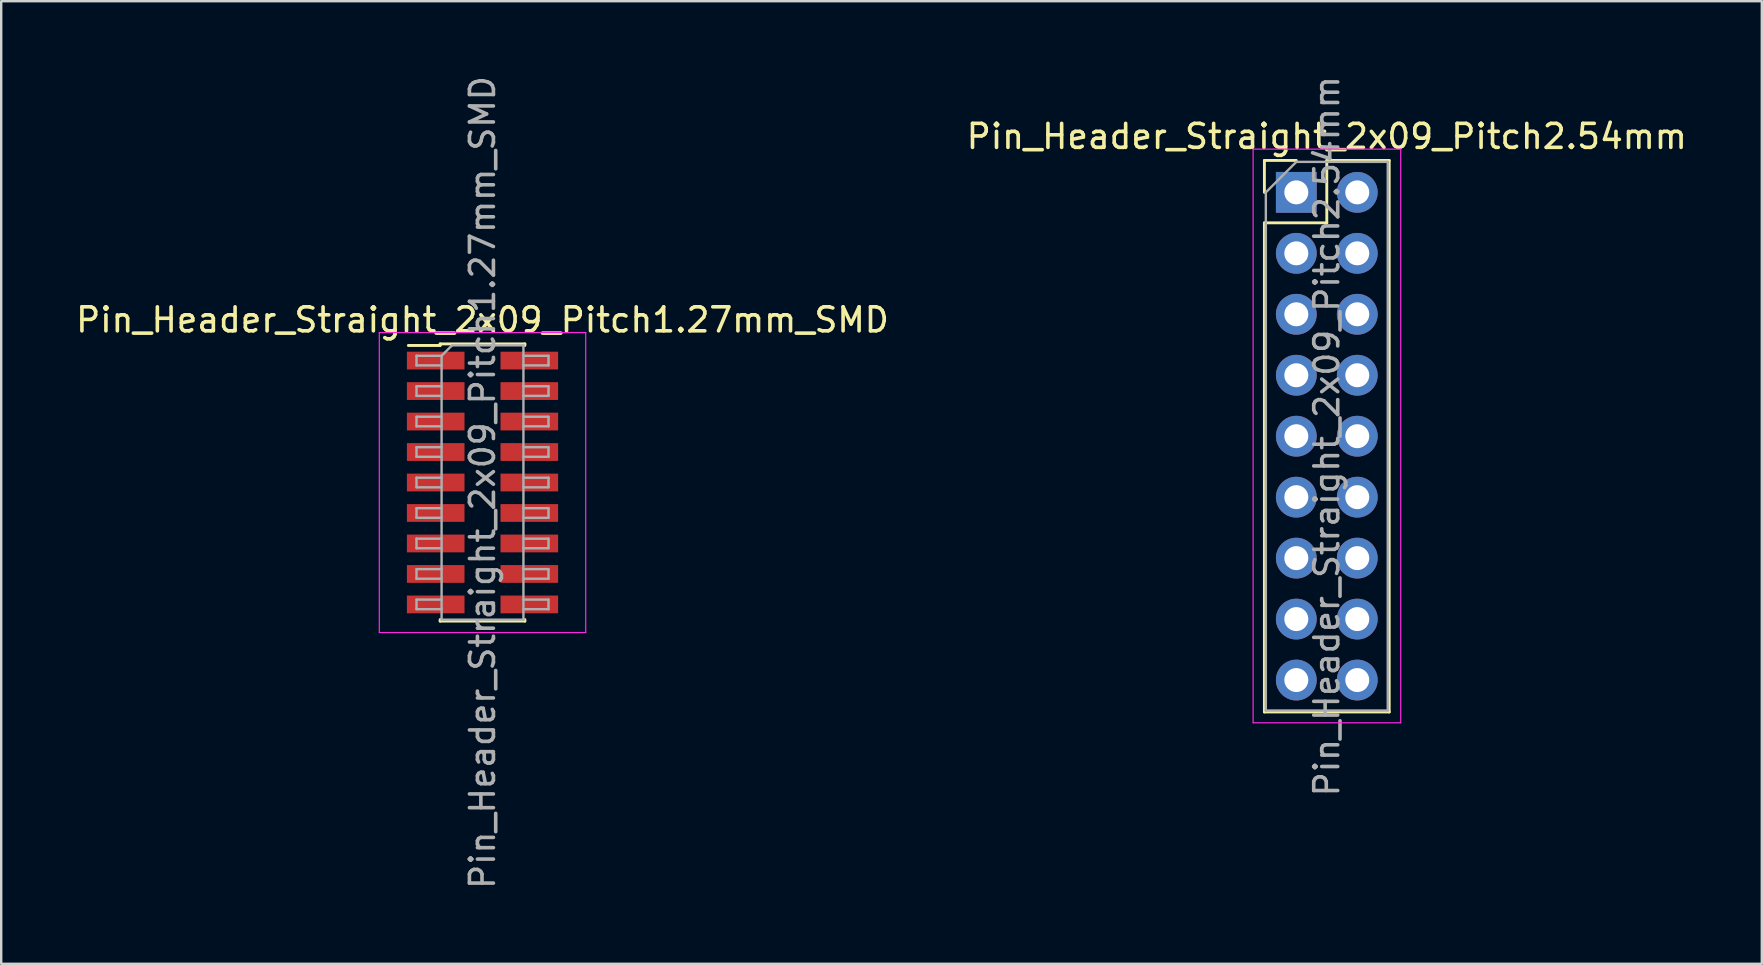
<source format=kicad_pcb>
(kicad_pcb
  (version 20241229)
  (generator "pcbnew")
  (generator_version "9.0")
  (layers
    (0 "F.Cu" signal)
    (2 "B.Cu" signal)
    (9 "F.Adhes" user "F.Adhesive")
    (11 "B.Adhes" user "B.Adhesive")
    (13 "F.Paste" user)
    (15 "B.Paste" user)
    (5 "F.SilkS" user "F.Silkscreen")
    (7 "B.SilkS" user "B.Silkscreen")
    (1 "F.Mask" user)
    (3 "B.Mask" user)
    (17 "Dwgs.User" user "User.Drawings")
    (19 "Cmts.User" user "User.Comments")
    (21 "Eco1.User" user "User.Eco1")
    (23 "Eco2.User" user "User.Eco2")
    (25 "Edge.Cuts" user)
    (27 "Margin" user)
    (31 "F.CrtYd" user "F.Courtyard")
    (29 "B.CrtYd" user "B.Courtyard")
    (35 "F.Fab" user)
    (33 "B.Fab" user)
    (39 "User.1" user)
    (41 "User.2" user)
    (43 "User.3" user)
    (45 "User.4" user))
  (footprint "Pin_Header_Straight_2x09_Pitch1.27mm_SMD"
    (layer "F.Cu")
    (at 17.054 17.054)
    (property "Reference" "Pin_Header_Straight_2x09_Pitch1.27mm_SMD" (at 0 -6.775 0) (layer "F.SilkS") (effects (font (size 1 1) (thickness 0.15))))
    (attr smd)
    (fp_line (start -3.09 -5.71) (end -1.765 -5.71) (stroke (width 0.12) (type solid)) (layer "F.SilkS"))
    (fp_line (start -1.765 -5.775) (end -1.765 -5.71) (stroke (width 0.12) (type solid)) (layer "F.SilkS"))
    (fp_line (start -1.765 -5.775) (end 1.765 -5.775) (stroke (width 0.12) (type solid)) (layer "F.SilkS"))
    (fp_line (start -1.765 5.71) (end -1.765 5.775) (stroke (width 0.12) (type solid)) (layer "F.SilkS"))
    (fp_line (start -1.765 5.775) (end 1.765 5.775) (stroke (width 0.12) (type solid)) (layer "F.SilkS"))
    (fp_line (start 1.765 -5.775) (end 1.765 -5.71) (stroke (width 0.12) (type solid)) (layer "F.SilkS"))
    (fp_line (start 1.765 5.71) (end 1.765 5.775) (stroke (width 0.12) (type solid)) (layer "F.SilkS"))
    (fp_line (start -4.3 -6.25) (end -4.3 6.25) (stroke (width 0.05) (type solid)) (layer "F.CrtYd"))
    (fp_line (start -4.3 6.25) (end 4.3 6.25) (stroke (width 0.05) (type solid)) (layer "F.CrtYd"))
    (fp_line (start 4.3 -6.25) (end -4.3 -6.25) (stroke (width 0.05) (type solid)) (layer "F.CrtYd"))
    (fp_line (start 4.3 6.25) (end 4.3 -6.25) (stroke (width 0.05) (type solid)) (layer "F.CrtYd"))
    (fp_line (start -2.75 -5.28) (end -2.75 -4.88) (stroke (width 0.1) (type solid)) (layer "F.Fab"))
    (fp_line (start -2.75 -4.88) (end -1.705 -4.88) (stroke (width 0.1) (type solid)) (layer "F.Fab"))
    (fp_line (start -2.75 -4.01) (end -2.75 -3.61) (stroke (width 0.1) (type solid)) (layer "F.Fab"))
    (fp_line (start -2.75 -3.61) (end -1.705 -3.61) (stroke (width 0.1) (type solid)) (layer "F.Fab"))
    (fp_line (start -2.75 -2.74) (end -2.75 -2.34) (stroke (width 0.1) (type solid)) (layer "F.Fab"))
    (fp_line (start -2.75 -2.34) (end -1.705 -2.34) (stroke (width 0.1) (type solid)) (layer "F.Fab"))
    (fp_line (start -2.75 -1.47) (end -2.75 -1.07) (stroke (width 0.1) (type solid)) (layer "F.Fab"))
    (fp_line (start -2.75 -1.07) (end -1.705 -1.07) (stroke (width 0.1) (type solid)) (layer "F.Fab"))
    (fp_line (start -2.75 -0.2) (end -2.75 0.2) (stroke (width 0.1) (type solid)) (layer "F.Fab"))
    (fp_line (start -2.75 0.2) (end -1.705 0.2) (stroke (width 0.1) (type solid)) (layer "F.Fab"))
    (fp_line (start -2.75 1.07) (end -2.75 1.47) (stroke (width 0.1) (type solid)) (layer "F.Fab"))
    (fp_line (start -2.75 1.47) (end -1.705 1.47) (stroke (width 0.1) (type solid)) (layer "F.Fab"))
    (fp_line (start -2.75 2.34) (end -2.75 2.74) (stroke (width 0.1) (type solid)) (layer "F.Fab"))
    (fp_line (start -2.75 2.74) (end -1.705 2.74) (stroke (width 0.1) (type solid)) (layer "F.Fab"))
    (fp_line (start -2.75 3.61) (end -2.75 4.01) (stroke (width 0.1) (type solid)) (layer "F.Fab"))
    (fp_line (start -2.75 4.01) (end -1.705 4.01) (stroke (width 0.1) (type solid)) (layer "F.Fab"))
    (fp_line (start -2.75 4.88) (end -2.75 5.28) (stroke (width 0.1) (type solid)) (layer "F.Fab"))
    (fp_line (start -2.75 5.28) (end -1.705 5.28) (stroke (width 0.1) (type solid)) (layer "F.Fab"))
    (fp_line (start -1.705 -5.28) (end -2.75 -5.28) (stroke (width 0.1) (type solid)) (layer "F.Fab"))
    (fp_line (start -1.705 -5.28) (end -1.27 -5.715) (stroke (width 0.1) (type solid)) (layer "F.Fab"))
    (fp_line (start -1.705 -4.01) (end -2.75 -4.01) (stroke (width 0.1) (type solid)) (layer "F.Fab"))
    (fp_line (start -1.705 -2.74) (end -2.75 -2.74) (stroke (width 0.1) (type solid)) (layer "F.Fab"))
    (fp_line (start -1.705 -1.47) (end -2.75 -1.47) (stroke (width 0.1) (type solid)) (layer "F.Fab"))
    (fp_line (start -1.705 -0.2) (end -2.75 -0.2) (stroke (width 0.1) (type solid)) (layer "F.Fab"))
    (fp_line (start -1.705 1.07) (end -2.75 1.07) (stroke (width 0.1) (type solid)) (layer "F.Fab"))
    (fp_line (start -1.705 2.34) (end -2.75 2.34) (stroke (width 0.1) (type solid)) (layer "F.Fab"))
    (fp_line (start -1.705 3.61) (end -2.75 3.61) (stroke (width 0.1) (type solid)) (layer "F.Fab"))
    (fp_line (start -1.705 4.88) (end -2.75 4.88) (stroke (width 0.1) (type solid)) (layer "F.Fab"))
    (fp_line (start -1.705 5.715) (end -1.705 -5.28) (stroke (width 0.1) (type solid)) (layer "F.Fab"))
    (fp_line (start -1.27 -5.715) (end 1.705 -5.715) (stroke (width 0.1) (type solid)) (layer "F.Fab"))
    (fp_line (start 1.705 -5.715) (end 1.705 5.715) (stroke (width 0.1) (type solid)) (layer "F.Fab"))
    (fp_line (start 1.705 -5.28) (end 2.75 -5.28) (stroke (width 0.1) (type solid)) (layer "F.Fab"))
    (fp_line (start 1.705 -4.01) (end 2.75 -4.01) (stroke (width 0.1) (type solid)) (layer "F.Fab"))
    (fp_line (start 1.705 -2.74) (end 2.75 -2.74) (stroke (width 0.1) (type solid)) (layer "F.Fab"))
    (fp_line (start 1.705 -1.47) (end 2.75 -1.47) (stroke (width 0.1) (type solid)) (layer "F.Fab"))
    (fp_line (start 1.705 -0.2) (end 2.75 -0.2) (stroke (width 0.1) (type solid)) (layer "F.Fab"))
    (fp_line (start 1.705 1.07) (end 2.75 1.07) (stroke (width 0.1) (type solid)) (layer "F.Fab"))
    (fp_line (start 1.705 2.34) (end 2.75 2.34) (stroke (width 0.1) (type solid)) (layer "F.Fab"))
    (fp_line (start 1.705 3.61) (end 2.75 3.61) (stroke (width 0.1) (type solid)) (layer "F.Fab"))
    (fp_line (start 1.705 4.88) (end 2.75 4.88) (stroke (width 0.1) (type solid)) (layer "F.Fab"))
    (fp_line (start 1.705 5.715) (end -1.705 5.715) (stroke (width 0.1) (type solid)) (layer "F.Fab"))
    (fp_line (start 2.75 -5.28) (end 2.75 -4.88) (stroke (width 0.1) (type solid)) (layer "F.Fab"))
    (fp_line (start 2.75 -4.88) (end 1.705 -4.88) (stroke (width 0.1) (type solid)) (layer "F.Fab"))
    (fp_line (start 2.75 -4.01) (end 2.75 -3.61) (stroke (width 0.1) (type solid)) (layer "F.Fab"))
    (fp_line (start 2.75 -3.61) (end 1.705 -3.61) (stroke (width 0.1) (type solid)) (layer "F.Fab"))
    (fp_line (start 2.75 -2.74) (end 2.75 -2.34) (stroke (width 0.1) (type solid)) (layer "F.Fab"))
    (fp_line (start 2.75 -2.34) (end 1.705 -2.34) (stroke (width 0.1) (type solid)) (layer "F.Fab"))
    (fp_line (start 2.75 -1.47) (end 2.75 -1.07) (stroke (width 0.1) (type solid)) (layer "F.Fab"))
    (fp_line (start 2.75 -1.07) (end 1.705 -1.07) (stroke (width 0.1) (type solid)) (layer "F.Fab"))
    (fp_line (start 2.75 -0.2) (end 2.75 0.2) (stroke (width 0.1) (type solid)) (layer "F.Fab"))
    (fp_line (start 2.75 0.2) (end 1.705 0.2) (stroke (width 0.1) (type solid)) (layer "F.Fab"))
    (fp_line (start 2.75 1.07) (end 2.75 1.47) (stroke (width 0.1) (type solid)) (layer "F.Fab"))
    (fp_line (start 2.75 1.47) (end 1.705 1.47) (stroke (width 0.1) (type solid)) (layer "F.Fab"))
    (fp_line (start 2.75 2.34) (end 2.75 2.74) (stroke (width 0.1) (type solid)) (layer "F.Fab"))
    (fp_line (start 2.75 2.74) (end 1.705 2.74) (stroke (width 0.1) (type solid)) (layer "F.Fab"))
    (fp_line (start 2.75 3.61) (end 2.75 4.01) (stroke (width 0.1) (type solid)) (layer "F.Fab"))
    (fp_line (start 2.75 4.01) (end 1.705 4.01) (stroke (width 0.1) (type solid)) (layer "F.Fab"))
    (fp_line (start 2.75 4.88) (end 2.75 5.28) (stroke (width 0.1) (type solid)) (layer "F.Fab"))
    (fp_line (start 2.75 5.28) (end 1.705 5.28) (stroke (width 0.1) (type solid)) (layer "F.Fab"))
    (fp_text user "${REFERENCE}" (at 0 0 90) (layer "F.Fab") (effects (font (size 1 1) (thickness 0.15))))
    (pad "1" smd rect (at -1.95 -5.08) (size 2.4 0.74) (layers "F.Cu" "F.Mask" "F.Paste"))
    (pad "2" smd rect (at 1.95 -5.08) (size 2.4 0.74) (layers "F.Cu" "F.Mask" "F.Paste"))
    (pad "3" smd rect (at -1.95 -3.81) (size 2.4 0.74) (layers "F.Cu" "F.Mask" "F.Paste"))
    (pad "4" smd rect (at 1.95 -3.81) (size 2.4 0.74) (layers "F.Cu" "F.Mask" "F.Paste"))
    (pad "5" smd rect (at -1.95 -2.54) (size 2.4 0.74) (layers "F.Cu" "F.Mask" "F.Paste"))
    (pad "6" smd rect (at 1.95 -2.54) (size 2.4 0.74) (layers "F.Cu" "F.Mask" "F.Paste"))
    (pad "7" smd rect (at -1.95 -1.27) (size 2.4 0.74) (layers "F.Cu" "F.Mask" "F.Paste"))
    (pad "8" smd rect (at 1.95 -1.27) (size 2.4 0.74) (layers "F.Cu" "F.Mask" "F.Paste"))
    (pad "9" smd rect (at -1.95 0) (size 2.4 0.74) (layers "F.Cu" "F.Mask" "F.Paste"))
    (pad "10" smd rect (at 1.95 0) (size 2.4 0.74) (layers "F.Cu" "F.Mask" "F.Paste"))
    (pad "11" smd rect (at -1.95 1.27) (size 2.4 0.74) (layers "F.Cu" "F.Mask" "F.Paste"))
    (pad "12" smd rect (at 1.95 1.27) (size 2.4 0.74) (layers "F.Cu" "F.Mask" "F.Paste"))
    (pad "13" smd rect (at -1.95 2.54) (size 2.4 0.74) (layers "F.Cu" "F.Mask" "F.Paste"))
    (pad "14" smd rect (at 1.95 2.54) (size 2.4 0.74) (layers "F.Cu" "F.Mask" "F.Paste"))
    (pad "15" smd rect (at -1.95 3.81) (size 2.4 0.74) (layers "F.Cu" "F.Mask" "F.Paste"))
    (pad "16" smd rect (at 1.95 3.81) (size 2.4 0.74) (layers "F.Cu" "F.Mask" "F.Paste"))
    (pad "17" smd rect (at -1.95 5.08) (size 2.4 0.74) (layers "F.Cu" "F.Mask" "F.Paste"))
    (pad "18" smd rect (at 1.95 5.08) (size 2.4 0.74) (layers "F.Cu" "F.Mask" "F.Paste")))
  (footprint "Pin_Header_Straight_2x09_Pitch2.54mm"
    (layer "F.Cu")
    (at 50.962 4.965)
    (property "Reference" "Pin_Header_Straight_2x09_Pitch2.54mm" (at 1.27 -2.33 0) (layer "F.SilkS") (effects (font (size 1 1) (thickness 0.15))))
    (attr through_hole)
    (fp_line (start -1.33 -1.33) (end 0 -1.33) (stroke (width 0.12) (type solid)) (layer "F.SilkS"))
    (fp_line (start -1.33 0) (end -1.33 -1.33) (stroke (width 0.12) (type solid)) (layer "F.SilkS"))
    (fp_line (start -1.33 1.27) (end -1.33 21.65) (stroke (width 0.12) (type solid)) (layer "F.SilkS"))
    (fp_line (start -1.33 1.27) (end 1.27 1.27) (stroke (width 0.12) (type solid)) (layer "F.SilkS"))
    (fp_line (start -1.33 21.65) (end 3.87 21.65) (stroke (width 0.12) (type solid)) (layer "F.SilkS"))
    (fp_line (start 1.27 -1.33) (end 3.87 -1.33) (stroke (width 0.12) (type solid)) (layer "F.SilkS"))
    (fp_line (start 1.27 1.27) (end 1.27 -1.33) (stroke (width 0.12) (type solid)) (layer "F.SilkS"))
    (fp_line (start 3.87 -1.33) (end 3.87 21.65) (stroke (width 0.12) (type solid)) (layer "F.SilkS"))
    (fp_line (start -1.8 -1.8) (end -1.8 22.1) (stroke (width 0.05) (type solid)) (layer "F.CrtYd"))
    (fp_line (start -1.8 22.1) (end 4.35 22.1) (stroke (width 0.05) (type solid)) (layer "F.CrtYd"))
    (fp_line (start 4.35 -1.8) (end -1.8 -1.8) (stroke (width 0.05) (type solid)) (layer "F.CrtYd"))
    (fp_line (start 4.35 22.1) (end 4.35 -1.8) (stroke (width 0.05) (type solid)) (layer "F.CrtYd"))
    (fp_line (start -1.27 0) (end 0 -1.27) (stroke (width 0.1) (type solid)) (layer "F.Fab"))
    (fp_line (start -1.27 21.59) (end -1.27 0) (stroke (width 0.1) (type solid)) (layer "F.Fab"))
    (fp_line (start 0 -1.27) (end 3.81 -1.27) (stroke (width 0.1) (type solid)) (layer "F.Fab"))
    (fp_line (start 3.81 -1.27) (end 3.81 21.59) (stroke (width 0.1) (type solid)) (layer "F.Fab"))
    (fp_line (start 3.81 21.59) (end -1.27 21.59) (stroke (width 0.1) (type solid)) (layer "F.Fab"))
    (fp_text user "${REFERENCE}" (at 1.27 10.16 90) (layer "F.Fab") (effects (font (size 1 1) (thickness 0.15))))
    (pad "1" thru_hole rect (at 0 0) (size 1.7 1.7) (drill 1) (layers "*.Cu" "*.Mask"))
    (pad "2" thru_hole oval (at 2.54 0) (size 1.7 1.7) (drill 1) (layers "*.Cu" "*.Mask"))
    (pad "3" thru_hole oval (at 0 2.54) (size 1.7 1.7) (drill 1) (layers "*.Cu" "*.Mask"))
    (pad "4" thru_hole oval (at 2.54 2.54) (size 1.7 1.7) (drill 1) (layers "*.Cu" "*.Mask"))
    (pad "5" thru_hole oval (at 0 5.08) (size 1.7 1.7) (drill 1) (layers "*.Cu" "*.Mask"))
    (pad "6" thru_hole oval (at 2.54 5.08) (size 1.7 1.7) (drill 1) (layers "*.Cu" "*.Mask"))
    (pad "7" thru_hole oval (at 0 7.62) (size 1.7 1.7) (drill 1) (layers "*.Cu" "*.Mask"))
    (pad "8" thru_hole oval (at 2.54 7.62) (size 1.7 1.7) (drill 1) (layers "*.Cu" "*.Mask"))
    (pad "9" thru_hole oval (at 0 10.16) (size 1.7 1.7) (drill 1) (layers "*.Cu" "*.Mask"))
    (pad "10" thru_hole oval (at 2.54 10.16) (size 1.7 1.7) (drill 1) (layers "*.Cu" "*.Mask"))
    (pad "11" thru_hole oval (at 0 12.7) (size 1.7 1.7) (drill 1) (layers "*.Cu" "*.Mask"))
    (pad "12" thru_hole oval (at 2.54 12.7) (size 1.7 1.7) (drill 1) (layers "*.Cu" "*.Mask"))
    (pad "13" thru_hole oval (at 0 15.24) (size 1.7 1.7) (drill 1) (layers "*.Cu" "*.Mask"))
    (pad "14" thru_hole oval (at 2.54 15.24) (size 1.7 1.7) (drill 1) (layers "*.Cu" "*.Mask"))
    (pad "15" thru_hole oval (at 0 17.78) (size 1.7 1.7) (drill 1) (layers "*.Cu" "*.Mask"))
    (pad "16" thru_hole oval (at 2.54 17.78) (size 1.7 1.7) (drill 1) (layers "*.Cu" "*.Mask"))
    (pad "17" thru_hole oval (at 0 20.32) (size 1.7 1.7) (drill 1) (layers "*.Cu" "*.Mask"))
    (pad "18" thru_hole oval (at 2.54 20.32) (size 1.7 1.7) (drill 1) (layers "*.Cu" "*.Mask")))
  (gr_rect
    (start -3 -3)
    (end 70.357 37.107)
    (stroke (width 0.1) (type default))
    (fill no)
    (layer "Edge.Cuts")))
</source>
